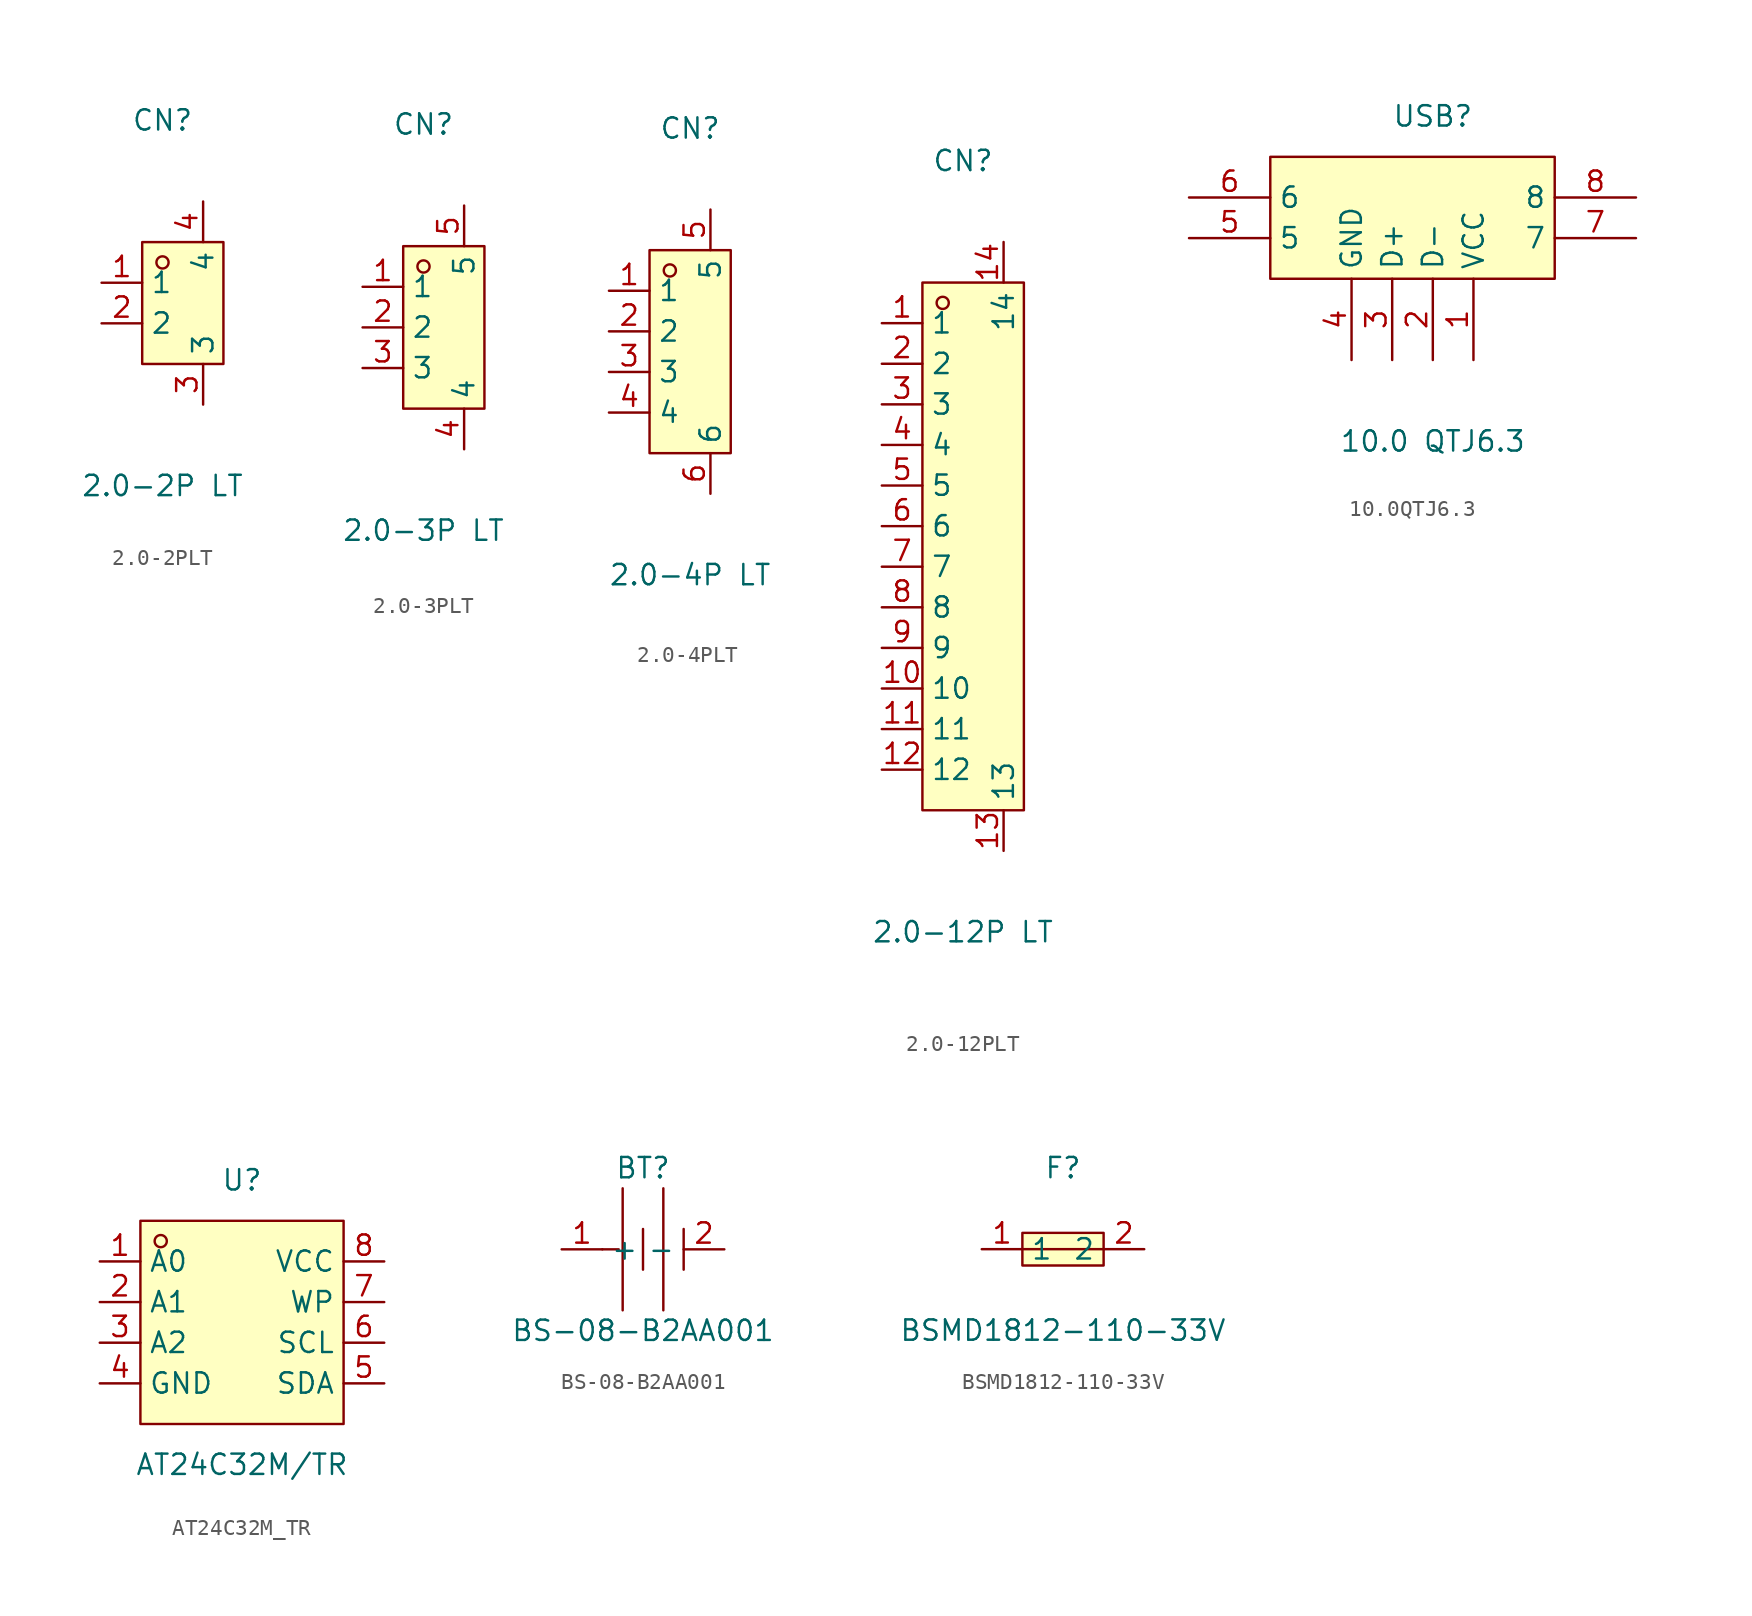
<source format=kicad_sym>
(kicad_symbol_lib
  (version 20211014)
  (generator https://github.com/uPesy/easyeda2kicad.py)
  (symbol "2.0-2PLT"
    (property "Reference" "CN"
      (at 0 11.43 0)
      (effects (font (size 1.27 1.27))))
    (property "Value" "2.0-2P LT"
      (at 0 -11.43 0)
      (effects (font (size 1.27 1.27))))
    (symbol "2.0-2PLT_0_1"
      (rectangle (start -1.27 3.81) (end 3.81 -3.81) (stroke (width 0) (type default) (color 0 0 0 0)) (fill (type background)))
      (circle (center 0.00 2.54) (radius 0.38) (stroke (width 0) (type default) (color 0 0 0 0)) (fill (type none)))
      (pin unspecified line (at -3.81 1.27 0) (length 2.54) (name "1" (effects (font (size 1.27 1.27)))) (number "1" (effects (font (size 1.27 1.27)))))
      (pin unspecified line (at -3.81 -1.27 0) (length 2.54) (name "2" (effects (font (size 1.27 1.27)))) (number "2" (effects (font (size 1.27 1.27)))))
      (pin unspecified line (at 2.54 -6.35 90) (length 2.54) (name "3" (effects (font (size 1.27 1.27)))) (number "3" (effects (font (size 1.27 1.27)))))
      (pin unspecified line (at 2.54 6.35 270) (length 2.54) (name "4" (effects (font (size 1.27 1.27)))) (number "4" (effects (font (size 1.27 1.27)))))))
  (symbol "2.0-3PLT"
    (property "Reference" "CN"
      (at 0 12.70 0)
      (effects (font (size 1.27 1.27))))
    (property "Value" "2.0-3P LT"
      (at 0 -12.70 0)
      (effects (font (size 1.27 1.27))))
    (symbol "2.0-3PLT_0_1"
      (rectangle (start -1.27 5.08) (end 3.81 -5.08) (stroke (width 0) (type default) (color 0 0 0 0)) (fill (type background)))
      (circle (center 0.00 3.81) (radius 0.38) (stroke (width 0) (type default) (color 0 0 0 0)) (fill (type none)))
      (pin unspecified line (at -3.81 2.54 0) (length 2.54) (name "1" (effects (font (size 1.27 1.27)))) (number "1" (effects (font (size 1.27 1.27)))))
      (pin unspecified line (at -3.81 -0.00 0) (length 2.54) (name "2" (effects (font (size 1.27 1.27)))) (number "2" (effects (font (size 1.27 1.27)))))
      (pin unspecified line (at -3.81 -2.54 0) (length 2.54) (name "3" (effects (font (size 1.27 1.27)))) (number "3" (effects (font (size 1.27 1.27)))))
      (pin unspecified line (at 2.54 -7.62 90) (length 2.54) (name "4" (effects (font (size 1.27 1.27)))) (number "4" (effects (font (size 1.27 1.27)))))
      (pin unspecified line (at 2.54 7.62 270) (length 2.54) (name "5" (effects (font (size 1.27 1.27)))) (number "5" (effects (font (size 1.27 1.27)))))))
  (symbol "2.0-4PLT"
    (property "Reference" "CN"
      (at 0 13.97 0)
      (effects (font (size 1.27 1.27))))
    (property "Value" "2.0-4P LT"
      (at 0 -13.97 0)
      (effects (font (size 1.27 1.27))))
    (symbol "2.0-4PLT_0_1"
      (rectangle (start -2.54 6.35) (end 2.54 -6.35) (stroke (width 0) (type default) (color 0 0 0 0)) (fill (type background)))
      (circle (center -1.27 5.08) (radius 0.38) (stroke (width 0) (type default) (color 0 0 0 0)) (fill (type none)))
      (pin unspecified line (at -5.08 3.81 0) (length 2.54) (name "1" (effects (font (size 1.27 1.27)))) (number "1" (effects (font (size 1.27 1.27)))))
      (pin unspecified line (at -5.08 1.27 0) (length 2.54) (name "2" (effects (font (size 1.27 1.27)))) (number "2" (effects (font (size 1.27 1.27)))))
      (pin unspecified line (at -5.08 -1.27 0) (length 2.54) (name "3" (effects (font (size 1.27 1.27)))) (number "3" (effects (font (size 1.27 1.27)))))
      (pin unspecified line (at -5.08 -3.81 0) (length 2.54) (name "4" (effects (font (size 1.27 1.27)))) (number "4" (effects (font (size 1.27 1.27)))))
      (pin unspecified line (at 1.27 8.89 270) (length 2.54) (name "5" (effects (font (size 1.27 1.27)))) (number "5" (effects (font (size 1.27 1.27)))))
      (pin unspecified line (at 1.27 -8.89 90) (length 2.54) (name "6" (effects (font (size 1.27 1.27)))) (number "6" (effects (font (size 1.27 1.27)))))))
  (symbol "2.0-12PLT"
    (property "Reference" "CN"
      (at 0 24.13 0)
      (effects (font (size 1.27 1.27))))
    (property "Value" "2.0-12P LT"
      (at 0 -24.13 0)
      (effects (font (size 1.27 1.27))))
    (symbol "2.0-12PLT_0_1"
      (rectangle (start -2.54 16.51) (end 3.81 -16.51) (stroke (width 0) (type default) (color 0 0 0 0)) (fill (type background)))
      (circle (center -1.27 15.24) (radius 0.38) (stroke (width 0) (type default) (color 0 0 0 0)) (fill (type none)))
      (pin unspecified line (at -5.08 13.97 0) (length 2.54) (name "1" (effects (font (size 1.27 1.27)))) (number "1" (effects (font (size 1.27 1.27)))))
      (pin unspecified line (at -5.08 11.43 0) (length 2.54) (name "2" (effects (font (size 1.27 1.27)))) (number "2" (effects (font (size 1.27 1.27)))))
      (pin unspecified line (at -5.08 8.89 0) (length 2.54) (name "3" (effects (font (size 1.27 1.27)))) (number "3" (effects (font (size 1.27 1.27)))))
      (pin unspecified line (at -5.08 6.35 0) (length 2.54) (name "4" (effects (font (size 1.27 1.27)))) (number "4" (effects (font (size 1.27 1.27)))))
      (pin unspecified line (at -5.08 3.81 0) (length 2.54) (name "5" (effects (font (size 1.27 1.27)))) (number "5" (effects (font (size 1.27 1.27)))))
      (pin unspecified line (at -5.08 1.27 0) (length 2.54) (name "6" (effects (font (size 1.27 1.27)))) (number "6" (effects (font (size 1.27 1.27)))))
      (pin unspecified line (at -5.08 -1.27 0) (length 2.54) (name "7" (effects (font (size 1.27 1.27)))) (number "7" (effects (font (size 1.27 1.27)))))
      (pin unspecified line (at -5.08 -3.81 0) (length 2.54) (name "8" (effects (font (size 1.27 1.27)))) (number "8" (effects (font (size 1.27 1.27)))))
      (pin unspecified line (at -5.08 -6.35 0) (length 2.54) (name "9" (effects (font (size 1.27 1.27)))) (number "9" (effects (font (size 1.27 1.27)))))
      (pin unspecified line (at -5.08 -8.89 0) (length 2.54) (name "10" (effects (font (size 1.27 1.27)))) (number "10" (effects (font (size 1.27 1.27)))))
      (pin unspecified line (at -5.08 -11.43 0) (length 2.54) (name "11" (effects (font (size 1.27 1.27)))) (number "11" (effects (font (size 1.27 1.27)))))
      (pin unspecified line (at -5.08 -13.97 0) (length 2.54) (name "12" (effects (font (size 1.27 1.27)))) (number "12" (effects (font (size 1.27 1.27)))))
      (pin unspecified line (at 2.54 -19.05 90) (length 2.54) (name "13" (effects (font (size 1.27 1.27)))) (number "13" (effects (font (size 1.27 1.27)))))
      (pin unspecified line (at 2.54 19.05 270) (length 2.54) (name "14" (effects (font (size 1.27 1.27)))) (number "14" (effects (font (size 1.27 1.27)))))))
  (symbol "10.0QTJ6.3"
    (property "Reference" "USB"
      (at 0 7.62 0)
      (effects (font (size 1.27 1.27))))
    (property "Value" "10.0 QTJ6.3"
      (at 0 -12.70 0)
      (effects (font (size 1.27 1.27))))
    (symbol "10.0QTJ6.3_0_1"
      (rectangle (start -10.16 5.08) (end 7.62 -2.54) (stroke (width 0) (type default) (color 0 0 0 0)) (fill (type background)))
      (pin unspecified line (at 12.70 2.54 180) (length 5.08) (name "8" (effects (font (size 1.27 1.27)))) (number "8" (effects (font (size 1.27 1.27)))))
      (pin unspecified line (at 12.70 -0.00 180) (length 5.08) (name "7" (effects (font (size 1.27 1.27)))) (number "7" (effects (font (size 1.27 1.27)))))
      (pin unspecified line (at -15.24 2.54 0) (length 5.08) (name "6" (effects (font (size 1.27 1.27)))) (number "6" (effects (font (size 1.27 1.27)))))
      (pin unspecified line (at -15.24 -0.00 0) (length 5.08) (name "5" (effects (font (size 1.27 1.27)))) (number "5" (effects (font (size 1.27 1.27)))))
      (pin unspecified line (at -5.08 -7.62 90) (length 5.08) (name "GND" (effects (font (size 1.27 1.27)))) (number "4" (effects (font (size 1.27 1.27)))))
      (pin unspecified line (at -2.54 -7.62 90) (length 5.08) (name "D+" (effects (font (size 1.27 1.27)))) (number "3" (effects (font (size 1.27 1.27)))))
      (pin unspecified line (at 0.00 -7.62 90) (length 5.08) (name "D-" (effects (font (size 1.27 1.27)))) (number "2" (effects (font (size 1.27 1.27)))))
      (pin unspecified line (at 2.54 -7.62 90) (length 5.08) (name "VCC" (effects (font (size 1.27 1.27)))) (number "1" (effects (font (size 1.27 1.27)))))))
  (symbol "AT24C32M_TR"
    (property "Reference" "U"
      (at 0 8.89 0)
      (effects (font (size 1.27 1.27))))
    (property "Value" "AT24C32M/TR"
      (at 0 -8.89 0)
      (effects (font (size 1.27 1.27))))
    (symbol "AT24C32M_TR_0_1"
      (rectangle (start -6.35 6.35) (end 6.35 -6.35) (stroke (width 0) (type default) (color 0 0 0 0)) (fill (type background)))
      (circle (center -5.08 5.08) (radius 0.38) (stroke (width 0) (type default) (color 0 0 0 0)) (fill (type none)))
      (pin unspecified line (at -8.89 3.81 0) (length 2.54) (name "A0" (effects (font (size 1.27 1.27)))) (number "1" (effects (font (size 1.27 1.27)))))
      (pin unspecified line (at -8.89 1.27 0) (length 2.54) (name "A1" (effects (font (size 1.27 1.27)))) (number "2" (effects (font (size 1.27 1.27)))))
      (pin unspecified line (at -8.89 -1.27 0) (length 2.54) (name "A2" (effects (font (size 1.27 1.27)))) (number "3" (effects (font (size 1.27 1.27)))))
      (pin unspecified line (at -8.89 -3.81 0) (length 2.54) (name "GND" (effects (font (size 1.27 1.27)))) (number "4" (effects (font (size 1.27 1.27)))))
      (pin unspecified line (at 8.89 -3.81 180) (length 2.54) (name "SDA" (effects (font (size 1.27 1.27)))) (number "5" (effects (font (size 1.27 1.27)))))
      (pin unspecified line (at 8.89 -1.27 180) (length 2.54) (name "SCL" (effects (font (size 1.27 1.27)))) (number "6" (effects (font (size 1.27 1.27)))))
      (pin unspecified line (at 8.89 1.27 180) (length 2.54) (name "WP" (effects (font (size 1.27 1.27)))) (number "7" (effects (font (size 1.27 1.27)))))
      (pin unspecified line (at 8.89 3.81 180) (length 2.54) (name "VCC" (effects (font (size 1.27 1.27)))) (number "8" (effects (font (size 1.27 1.27)))))))
  (symbol "BS-08-B2AA001"
    (property "Reference" "BT"
      (at 0 5.08 0)
      (effects (font (size 1.27 1.27))))
    (property "Value" "BS-08-B2AA001"
      (at 0 -5.08 0)
      (effects (font (size 1.27 1.27))))
    (symbol "BS-08-B2AA001_0_1"
      (polyline (pts (xy -1.27 3.81) (xy -1.27 -3.81)) (stroke (width 0) (type default) (color 0 0 0 0)) (fill (type none)))
      (polyline (pts (xy 0.00 1.27) (xy 0.00 -1.27)) (stroke (width 0) (type default) (color 0 0 0 0)) (fill (type none)))
      (polyline (pts (xy 1.27 3.81) (xy 1.27 -3.81)) (stroke (width 0) (type default) (color 0 0 0 0)) (fill (type none)))
      (polyline (pts (xy 2.54 1.27) (xy 2.54 -1.27)) (stroke (width 0) (type default) (color 0 0 0 0)) (fill (type none)))
      (polyline (pts (xy -2.54 -0.00) (xy -1.52 -0.00)) (stroke (width 0) (type default) (color 0 0 0 0)) (fill (type none)))
      (pin power_in line (at 5.08 -0.00 180) (length 2.54) (name "-" (effects (font (size 1.27 1.27)))) (number "2" (effects (font (size 1.27 1.27)))))
      (pin power_in line (at -5.08 -0.00 0) (length 2.54) (name "+" (effects (font (size 1.27 1.27)))) (number "1" (effects (font (size 1.27 1.27)))))))
  (symbol "BSMD1812-110-33V"
    (property "Reference" "F"
      (at 0 5.08 0)
      (effects (font (size 1.27 1.27))))
    (property "Value" "BSMD1812-110-33V"
      (at 0 -5.08 0)
      (effects (font (size 1.27 1.27))))
    (symbol "BSMD1812-110-33V_0_1"
      (rectangle (start -2.54 1.02) (end 2.54 -1.02) (stroke (width 0) (type default) (color 0 0 0 0)) (fill (type background)))
      (polyline (pts (xy -2.54 -0.00) (xy 2.54 -0.00)) (stroke (width 0) (type default) (color 0 0 0 0)) (fill (type none)))
      (pin unspecified line (at 5.08 -0.00 180) (length 2.54) (name "2" (effects (font (size 1.27 1.27)))) (number "2" (effects (font (size 1.27 1.27)))))
      (pin unspecified line (at -5.08 -0.00 0) (length 2.54) (name "1" (effects (font (size 1.27 1.27)))) (number "1" (effects (font (size 1.27 1.27))))))))
</source>
